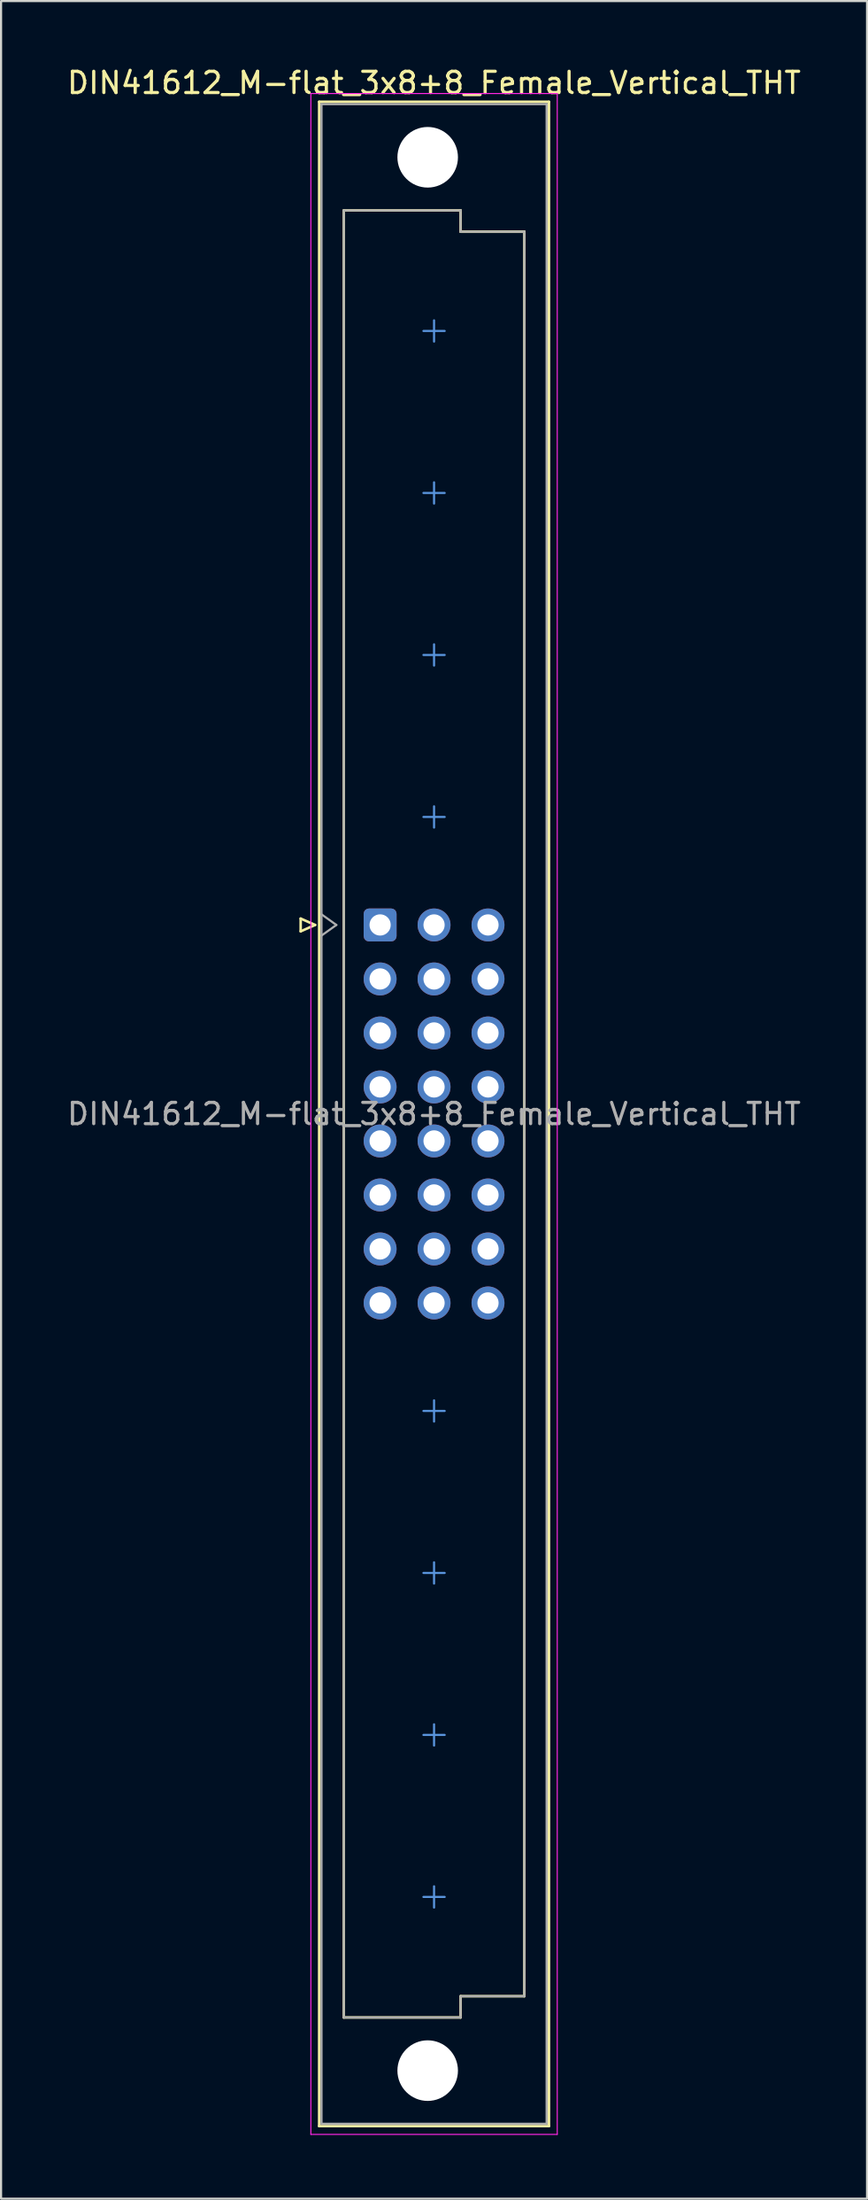
<source format=kicad_pcb>
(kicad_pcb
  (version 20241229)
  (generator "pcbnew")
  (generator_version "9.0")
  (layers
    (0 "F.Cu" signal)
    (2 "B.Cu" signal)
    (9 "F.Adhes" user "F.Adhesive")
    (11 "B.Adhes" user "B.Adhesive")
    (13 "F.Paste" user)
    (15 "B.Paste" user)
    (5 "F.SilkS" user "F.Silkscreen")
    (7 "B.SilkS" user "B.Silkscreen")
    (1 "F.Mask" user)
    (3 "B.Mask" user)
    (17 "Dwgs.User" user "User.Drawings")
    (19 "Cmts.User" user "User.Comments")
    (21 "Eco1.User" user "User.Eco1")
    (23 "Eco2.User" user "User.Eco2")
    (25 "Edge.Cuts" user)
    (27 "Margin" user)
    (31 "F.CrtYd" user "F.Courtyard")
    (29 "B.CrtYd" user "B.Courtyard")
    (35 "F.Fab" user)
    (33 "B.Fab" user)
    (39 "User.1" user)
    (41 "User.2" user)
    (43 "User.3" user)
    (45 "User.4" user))
  (footprint "DIN41612_M-flat_3x8+8_Female_Vertical_THT"
    (layer "F.Cu")
    (at 14.847 9.978)
    (property "Reference" "DIN41612_M-flat_3x8+8_Female_Vertical_THT" (at 2.54 -9.13 0) (layer "F.SilkS") (effects (font (size 1 1) (thickness 0.15))))
    (attr through_hole)
    (fp_line (start -3.74 30.18) (end -3.74 30.78) (stroke (width 0.12) (type solid)) (layer "F.SilkS"))
    (fp_line (start -3.74 30.78) (end -3.06 30.48) (stroke (width 0.12) (type solid)) (layer "F.SilkS"))
    (fp_line (start -3.06 30.48) (end -3.74 30.18) (stroke (width 0.12) (type solid)) (layer "F.SilkS"))
    (fp_line (start -2.87 -8.24) (end 7.95 -8.24) (stroke (width 0.12) (type solid)) (layer "F.SilkS"))
    (fp_line (start -2.87 86.98) (end -2.87 -8.24) (stroke (width 0.12) (type solid)) (layer "F.SilkS"))
    (fp_line (start -1.71 -3.13) (end 3.79 -3.13) (stroke (width 0.12) (type solid)) (layer "F.SilkS"))
    (fp_line (start -1.71 81.87) (end -1.71 -3.13) (stroke (width 0.12) (type solid)) (layer "F.SilkS"))
    (fp_line (start 3.79 -3.13) (end 3.79 -2.13) (stroke (width 0.12) (type solid)) (layer "F.SilkS"))
    (fp_line (start 3.79 -2.13) (end 6.79 -2.13) (stroke (width 0.12) (type solid)) (layer "F.SilkS"))
    (fp_line (start 3.79 80.87) (end 3.79 81.87) (stroke (width 0.12) (type solid)) (layer "F.SilkS"))
    (fp_line (start 3.79 81.87) (end -1.71 81.87) (stroke (width 0.12) (type solid)) (layer "F.SilkS"))
    (fp_line (start 6.79 -2.13) (end 6.79 80.87) (stroke (width 0.12) (type solid)) (layer "F.SilkS"))
    (fp_line (start 6.79 80.87) (end 3.79 80.87) (stroke (width 0.12) (type solid)) (layer "F.SilkS"))
    (fp_line (start 7.95 -8.24) (end 7.95 86.98) (stroke (width 0.12) (type solid)) (layer "F.SilkS"))
    (fp_line (start 7.95 86.98) (end -2.87 86.98) (stroke (width 0.12) (type solid)) (layer "F.SilkS"))
    (fp_line (start 2.54 3.04) (end 2.54 2.04) (stroke (width 0.1) (type solid)) (layer "Cmts.User"))
    (fp_line (start 2.54 10.66) (end 2.54 9.66) (stroke (width 0.1) (type solid)) (layer "Cmts.User"))
    (fp_line (start 2.54 18.28) (end 2.54 17.28) (stroke (width 0.1) (type solid)) (layer "Cmts.User"))
    (fp_line (start 2.54 25.9) (end 2.54 24.9) (stroke (width 0.1) (type solid)) (layer "Cmts.User"))
    (fp_line (start 2.54 53.84) (end 2.54 52.84) (stroke (width 0.1) (type solid)) (layer "Cmts.User"))
    (fp_line (start 2.54 61.46) (end 2.54 60.46) (stroke (width 0.1) (type solid)) (layer "Cmts.User"))
    (fp_line (start 2.54 69.08) (end 2.54 68.08) (stroke (width 0.1) (type solid)) (layer "Cmts.User"))
    (fp_line (start 2.54 76.7) (end 2.54 75.7) (stroke (width 0.1) (type solid)) (layer "Cmts.User"))
    (fp_line (start 3.04 2.54) (end 2.04 2.54) (stroke (width 0.1) (type solid)) (layer "Cmts.User"))
    (fp_line (start 3.04 10.16) (end 2.04 10.16) (stroke (width 0.1) (type solid)) (layer "Cmts.User"))
    (fp_line (start 3.04 17.78) (end 2.04 17.78) (stroke (width 0.1) (type solid)) (layer "Cmts.User"))
    (fp_line (start 3.04 25.4) (end 2.04 25.4) (stroke (width 0.1) (type solid)) (layer "Cmts.User"))
    (fp_line (start 3.04 53.34) (end 2.04 53.34) (stroke (width 0.1) (type solid)) (layer "Cmts.User"))
    (fp_line (start 3.04 60.96) (end 2.04 60.96) (stroke (width 0.1) (type solid)) (layer "Cmts.User"))
    (fp_line (start 3.04 68.58) (end 2.04 68.58) (stroke (width 0.1) (type solid)) (layer "Cmts.User"))
    (fp_line (start 3.04 76.2) (end 2.04 76.2) (stroke (width 0.1) (type solid)) (layer "Cmts.User"))
    (fp_line (start -3.26 -8.63) (end 8.34 -8.63) (stroke (width 0.05) (type solid)) (layer "F.CrtYd"))
    (fp_line (start -3.26 87.37) (end -3.26 -8.63) (stroke (width 0.05) (type solid)) (layer "F.CrtYd"))
    (fp_line (start 8.34 -8.63) (end 8.34 87.37) (stroke (width 0.05) (type solid)) (layer "F.CrtYd"))
    (fp_line (start 8.34 87.37) (end -3.26 87.37) (stroke (width 0.05) (type solid)) (layer "F.CrtYd"))
    (fp_line (start -2.76 -8.13) (end 7.84 -8.13) (stroke (width 0.1) (type solid)) (layer "F.Fab"))
    (fp_line (start -2.76 29.98) (end -2.06 30.48) (stroke (width 0.1) (type solid)) (layer "F.Fab"))
    (fp_line (start -2.76 86.87) (end -2.76 -8.13) (stroke (width 0.1) (type solid)) (layer "F.Fab"))
    (fp_line (start -2.06 30.48) (end -2.76 30.98) (stroke (width 0.1) (type solid)) (layer "F.Fab"))
    (fp_line (start -1.71 -3.13) (end 3.79 -3.13) (stroke (width 0.1) (type solid)) (layer "F.Fab"))
    (fp_line (start -1.71 81.87) (end -1.71 -3.13) (stroke (width 0.1) (type solid)) (layer "F.Fab"))
    (fp_line (start 3.79 -3.13) (end 3.79 -2.13) (stroke (width 0.1) (type solid)) (layer "F.Fab"))
    (fp_line (start 3.79 -2.13) (end 6.79 -2.13) (stroke (width 0.1) (type solid)) (layer "F.Fab"))
    (fp_line (start 3.79 80.87) (end 3.79 81.87) (stroke (width 0.1) (type solid)) (layer "F.Fab"))
    (fp_line (start 3.79 81.87) (end -1.71 81.87) (stroke (width 0.1) (type solid)) (layer "F.Fab"))
    (fp_line (start 6.79 -2.13) (end 6.79 80.87) (stroke (width 0.1) (type solid)) (layer "F.Fab"))
    (fp_line (start 6.79 80.87) (end 3.79 80.87) (stroke (width 0.1) (type solid)) (layer "F.Fab"))
    (fp_line (start 7.84 -8.13) (end 7.84 86.87) (stroke (width 0.1) (type solid)) (layer "F.Fab"))
    (fp_line (start 7.84 86.87) (end -2.76 86.87) (stroke (width 0.1) (type solid)) (layer "F.Fab"))
    (fp_text user "${REFERENCE}" (at 2.54 39.37 0) (layer "F.Fab") (effects (font (size 1 1) (thickness 0.15))))
    (pad "" np_thru_hole circle (at 2.24 -5.63) (size 2.85 2.85) (drill 2.85) (layers "*.Cu" "*.Mask"))
    (pad "" np_thru_hole circle (at 2.24 84.37) (size 2.85 2.85) (drill 2.85) (layers "*.Cu" "*.Mask"))
    (pad "a13" thru_hole roundrect (at 0 30.48) (size 1.55 1.55) (drill 1) (layers "*.Cu" "*.Mask") (roundrect_rratio 0.161))
    (pad "a14" thru_hole circle (at 0 33.02) (size 1.55 1.55) (drill 1) (layers "*.Cu" "*.Mask"))
    (pad "a15" thru_hole circle (at 0 35.56) (size 1.55 1.55) (drill 1) (layers "*.Cu" "*.Mask"))
    (pad "a16" thru_hole circle (at 0 38.1) (size 1.55 1.55) (drill 1) (layers "*.Cu" "*.Mask"))
    (pad "a17" thru_hole circle (at 0 40.64) (size 1.55 1.55) (drill 1) (layers "*.Cu" "*.Mask"))
    (pad "a18" thru_hole circle (at 0 43.18) (size 1.55 1.55) (drill 1) (layers "*.Cu" "*.Mask"))
    (pad "a19" thru_hole circle (at 0 45.72) (size 1.55 1.55) (drill 1) (layers "*.Cu" "*.Mask"))
    (pad "a20" thru_hole circle (at 0 48.26) (size 1.55 1.55) (drill 1) (layers "*.Cu" "*.Mask"))
    (pad "b13" thru_hole circle (at 2.54 30.48) (size 1.55 1.55) (drill 1) (layers "*.Cu" "*.Mask"))
    (pad "b14" thru_hole circle (at 2.54 33.02) (size 1.55 1.55) (drill 1) (layers "*.Cu" "*.Mask"))
    (pad "b15" thru_hole circle (at 2.54 35.56) (size 1.55 1.55) (drill 1) (layers "*.Cu" "*.Mask"))
    (pad "b16" thru_hole circle (at 2.54 38.1) (size 1.55 1.55) (drill 1) (layers "*.Cu" "*.Mask"))
    (pad "b17" thru_hole circle (at 2.54 40.64) (size 1.55 1.55) (drill 1) (layers "*.Cu" "*.Mask"))
    (pad "b18" thru_hole circle (at 2.54 43.18) (size 1.55 1.55) (drill 1) (layers "*.Cu" "*.Mask"))
    (pad "b19" thru_hole circle (at 2.54 45.72) (size 1.55 1.55) (drill 1) (layers "*.Cu" "*.Mask"))
    (pad "b20" thru_hole circle (at 2.54 48.26) (size 1.55 1.55) (drill 1) (layers "*.Cu" "*.Mask"))
    (pad "c13" thru_hole circle (at 5.08 30.48) (size 1.55 1.55) (drill 1) (layers "*.Cu" "*.Mask"))
    (pad "c14" thru_hole circle (at 5.08 33.02) (size 1.55 1.55) (drill 1) (layers "*.Cu" "*.Mask"))
    (pad "c15" thru_hole circle (at 5.08 35.56) (size 1.55 1.55) (drill 1) (layers "*.Cu" "*.Mask"))
    (pad "c16" thru_hole circle (at 5.08 38.1) (size 1.55 1.55) (drill 1) (layers "*.Cu" "*.Mask"))
    (pad "c17" thru_hole circle (at 5.08 40.64) (size 1.55 1.55) (drill 1) (layers "*.Cu" "*.Mask"))
    (pad "c18" thru_hole circle (at 5.08 43.18) (size 1.55 1.55) (drill 1) (layers "*.Cu" "*.Mask"))
    (pad "c19" thru_hole circle (at 5.08 45.72) (size 1.55 1.55) (drill 1) (layers "*.Cu" "*.Mask"))
    (pad "c20" thru_hole circle (at 5.08 48.26) (size 1.55 1.55) (drill 1) (layers "*.Cu" "*.Mask")))
  (gr_rect
    (start -3 -3)
    (end 37.774 100.373)
    (stroke (width 0.1) (type default))
    (fill no)
    (layer "Edge.Cuts")))
</source>
